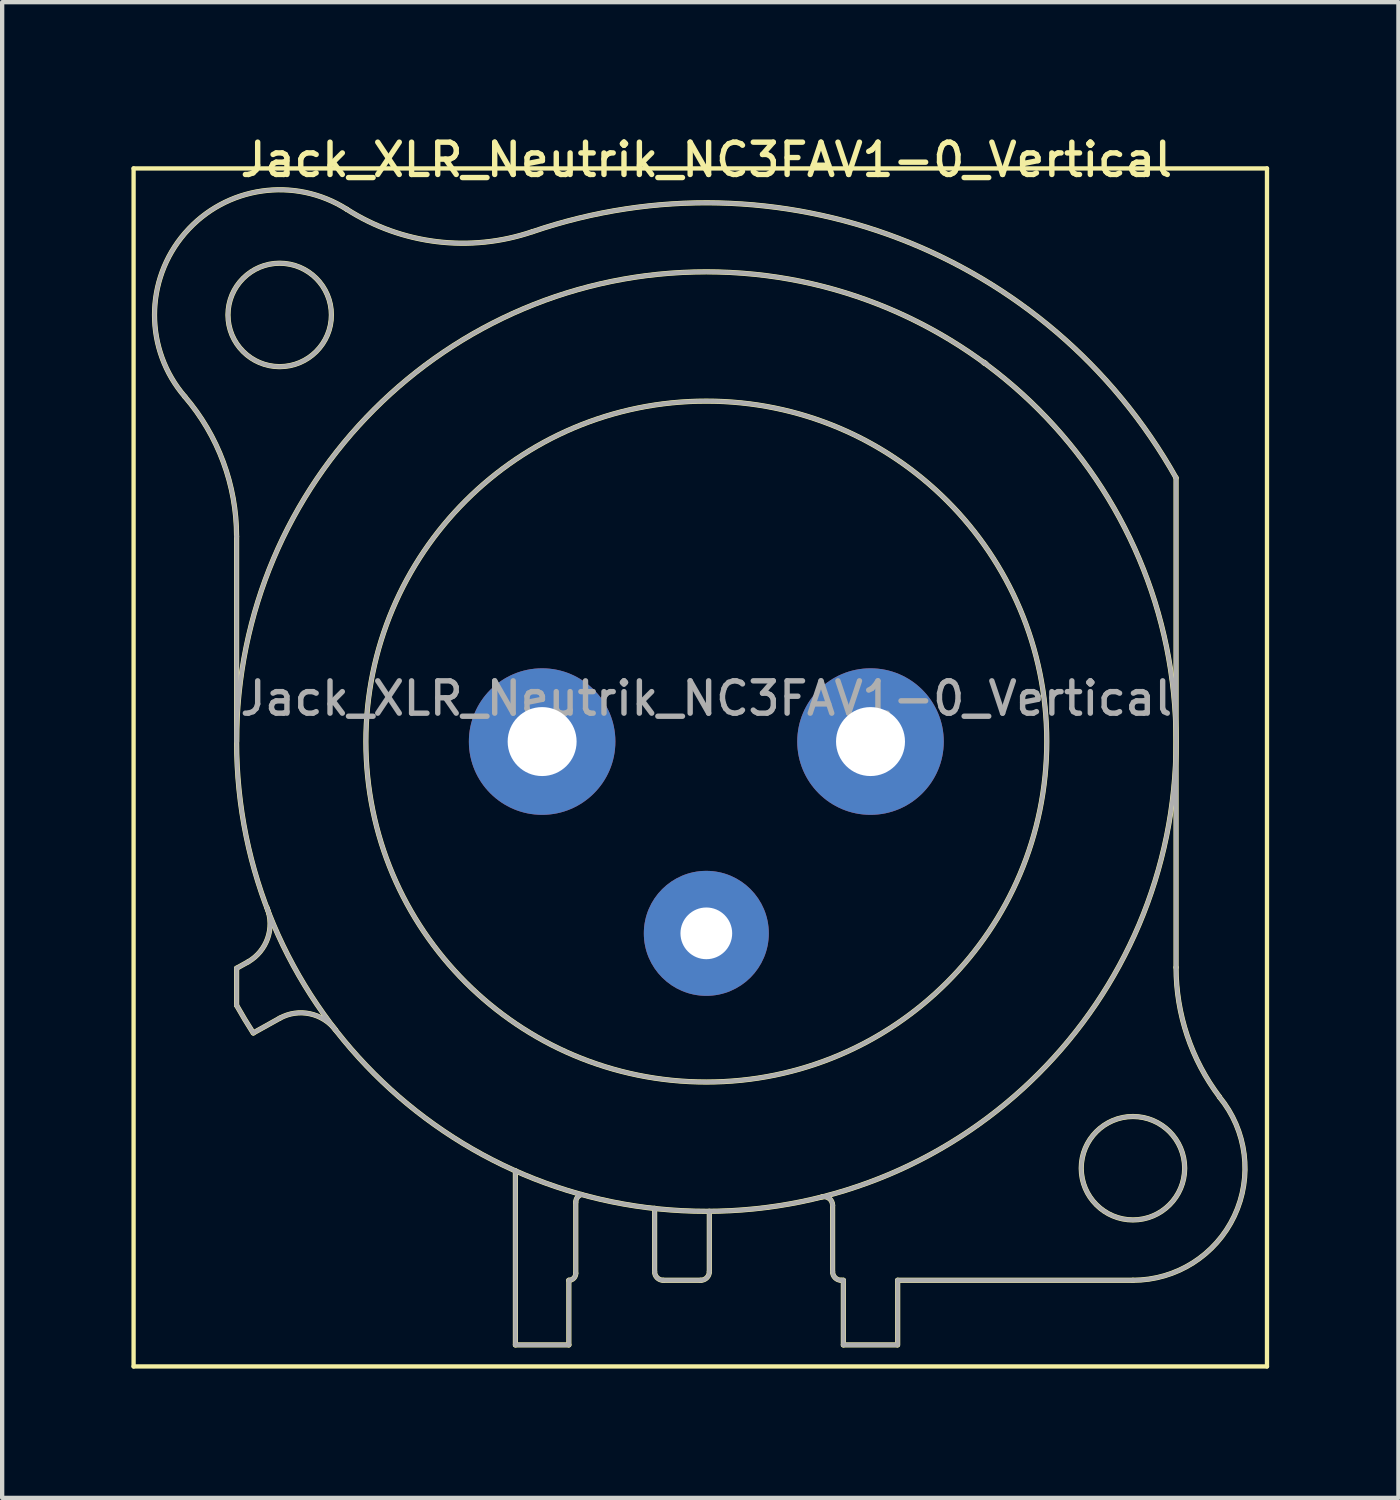
<source format=kicad_pcb>
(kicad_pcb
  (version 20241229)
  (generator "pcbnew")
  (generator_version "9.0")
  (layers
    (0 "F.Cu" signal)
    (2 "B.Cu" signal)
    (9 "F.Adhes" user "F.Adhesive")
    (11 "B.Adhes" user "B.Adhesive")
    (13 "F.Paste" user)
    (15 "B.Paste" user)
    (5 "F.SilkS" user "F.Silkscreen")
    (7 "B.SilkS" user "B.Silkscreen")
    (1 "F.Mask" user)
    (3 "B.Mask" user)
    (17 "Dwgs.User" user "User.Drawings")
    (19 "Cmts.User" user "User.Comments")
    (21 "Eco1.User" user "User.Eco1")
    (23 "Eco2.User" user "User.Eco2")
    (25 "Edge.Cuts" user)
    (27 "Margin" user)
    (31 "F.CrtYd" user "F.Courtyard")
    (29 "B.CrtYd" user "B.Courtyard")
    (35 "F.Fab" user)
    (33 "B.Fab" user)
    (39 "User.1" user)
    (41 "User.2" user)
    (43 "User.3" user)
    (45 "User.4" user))
  (footprint "Jack_XLR_Neutrik_NC3FAV1-0_Vertical"
    (layer "F.Cu")
    (at 17.15 14.158)
    (property "Reference" "Jack_XLR_Neutrik_NC3FAV1-0_Vertical" (at -3.81 -13.5 0) (layer "F.SilkS") (effects (font (size 0.75 0.75) (thickness 0.125))))
    (attr through_hole)
    (fp_line (start -17.1 -13.3) (end 9.2 -13.3) (stroke (width 0.1) (type solid)) (layer "F.SilkS"))
    (fp_line (start -17.1 14.5) (end -17.1 -13.3) (stroke (width 0.1) (type solid)) (layer "F.SilkS"))
    (fp_line (start -14.71 0) (end -14.71 -4.76) (stroke (width 0.12) (type solid)) (layer "F.SilkS"))
    (fp_line (start -14.71 5.26) (end -14.71 6.12) (stroke (width 0.12) (type solid)) (layer "F.SilkS"))
    (fp_line (start -14.44 5.11) (end -14.71 5.26) (stroke (width 0.12) (type solid)) (layer "F.SilkS"))
    (fp_line (start -14.32 6.76) (end -13.71 6.42) (stroke (width 0.12) (type solid)) (layer "F.SilkS"))
    (fp_line (start -8.24 9.96) (end -8.24 14) (stroke (width 0.12) (type solid)) (layer "F.SilkS"))
    (fp_line (start -7 12.5) (end -7 14) (stroke (width 0.12) (type solid)) (layer "F.SilkS"))
    (fp_line (start -7 14) (end -8.24 14) (stroke (width 0.12) (type solid)) (layer "F.SilkS"))
    (fp_line (start -6.84 12.34) (end -6.84 10.69) (stroke (width 0.12) (type solid)) (layer "F.SilkS"))
    (fp_line (start -5.01 10.83) (end -5.01 12.3) (stroke (width 0.12) (type solid)) (layer "F.SilkS"))
    (fp_line (start -3.94 12.5) (end -4.81 12.5) (stroke (width 0.12) (type solid)) (layer "F.SilkS"))
    (fp_line (start -3.74 10.9) (end -3.74 12.3) (stroke (width 0.12) (type solid)) (layer "F.SilkS"))
    (fp_line (start -0.88 12.3) (end -0.88 10.76) (stroke (width 0.12) (type solid)) (layer "F.SilkS"))
    (fp_line (start -0.63 12.5) (end -0.68 12.5) (stroke (width 0.12) (type solid)) (layer "F.SilkS"))
    (fp_line (start -0.63 12.5) (end -0.63 14) (stroke (width 0.12) (type solid)) (layer "F.SilkS"))
    (fp_line (start 0.62 14) (end -0.63 14) (stroke (width 0.12) (type solid)) (layer "F.SilkS"))
    (fp_line (start 0.63 12.5) (end 6.09 12.5) (stroke (width 0.12) (type solid)) (layer "F.SilkS"))
    (fp_line (start 0.63 14) (end 0.63 12.5) (stroke (width 0.12) (type solid)) (layer "F.SilkS"))
    (fp_line (start 7.09 5.24) (end 7.09 -6.12) (stroke (width 0.12) (type solid)) (layer "F.SilkS"))
    (fp_line (start 9.2 -13.3) (end 9.2 14.5) (stroke (width 0.1) (type solid)) (layer "F.SilkS"))
    (fp_line (start 9.2 14.5) (end -17.1 14.5) (stroke (width 0.1) (type solid)) (layer "F.SilkS"))
    (fp_arc (start -15.908829 -8.000856) (mid -15.019313 -6.48774) (end -14.71 -4.76) (stroke (width 0.12) (type solid)) (layer "F.SilkS"))
    (fp_arc (start -15.908236 -8.001617) (mid -15.907486 -11.799251) (end -12.15 -12.35) (stroke (width 0.12) (type solid)) (layer "F.SilkS"))
    (fp_arc (start -14.32314 6.763008) (mid -14.521396 6.444407) (end -14.71 6.12) (stroke (width 0.12) (type solid)) (layer "F.SilkS"))
    (fp_arc (start -14.004283 3.855674) (mid -13.989213 4.56375) (end -14.44 5.11) (stroke (width 0.12) (type solid)) (layer "F.SilkS"))
    (fp_arc (start -13.71 6.42) (mid -13.01025 6.315915) (end -12.412202 6.693832) (stroke (width 0.12) (type solid)) (layer "F.SilkS"))
    (fp_arc (start -7.848035 -11.831177) (mid -10.058192 -11.599923) (end -12.15 -12.35) (stroke (width 0.12) (type solid)) (layer "F.SilkS"))
    (fp_arc (start -7.841153 -11.83276) (mid 0.657009 -11.675197) (end 7.09 -6.12) (stroke (width 0.12) (type solid)) (layer "F.SilkS"))
    (fp_arc (start -6.84 10.69) (mid -6.803713 10.578321) (end -6.708713 10.509299) (stroke (width 0.12) (type solid)) (layer "F.SilkS"))
    (fp_arc (start -6.84 12.34) (mid -6.886863 12.453137) (end -7 12.5) (stroke (width 0.12) (type solid)) (layer "F.SilkS"))
    (fp_arc (start -4.81 12.5) (mid -4.951421 12.441421) (end -5.01 12.3) (stroke (width 0.12) (type solid)) (layer "F.SilkS"))
    (fp_arc (start -3.74 12.3) (mid -3.798579 12.441421) (end -3.94 12.5) (stroke (width 0.12) (type solid)) (layer "F.SilkS"))
    (fp_arc (start -1.1294 10.566197) (mid -0.957281 10.602076) (end -0.88 10.76) (stroke (width 0.12) (type solid)) (layer "F.SilkS"))
    (fp_arc (start -0.68 12.5) (mid -0.821421 12.441421) (end -0.88 12.3) (stroke (width 0.12) (type solid)) (layer "F.SilkS"))
    (fp_arc (start 2.636924 -8.782671) (mid 2.628394 -8.791269) (end 2.62 -8.8) (stroke (width 0.12) (type solid)) (layer "F.SilkS"))
    (fp_arc (start 2.680052 -8.767734) (mid 2.65973 -8.7835) (end 2.64 -8.8) (stroke (width 0.12) (type solid)) (layer "F.SilkS"))
    (fp_arc (start 8.095865 8.245761) (mid 8.441704 11.008824) (end 6.09 12.5) (stroke (width 0.12) (type solid)) (layer "F.SilkS"))
    (fp_arc (start 8.098032 8.243976) (mid 7.348729 6.824298) (end 7.09 5.24) (stroke (width 0.12) (type solid)) (layer "F.SilkS"))
    (fp_circle (center -13.71 -9.9) (end -12.51 -9.9) (stroke (width 0.12) (type solid)) (fill no) (layer "F.SilkS"))
    (fp_circle (center -3.81 0) (end 4.09 0) (stroke (width 0.12) (type solid)) (fill no) (layer "F.SilkS"))
    (fp_circle (center -3.81 0) (end 7.09 0) (stroke (width 0.12) (type solid)) (fill no) (layer "F.SilkS"))
    (fp_circle (center 6.09 9.9) (end 7.29 9.9) (stroke (width 0.12) (type solid)) (fill no) (layer "F.SilkS"))
    (fp_line (start -14.71 0) (end -14.71 -4.76) (stroke (width 0.1) (type solid)) (layer "F.Fab"))
    (fp_line (start -14.71 5.26) (end -14.71 6.12) (stroke (width 0.1) (type solid)) (layer "F.Fab"))
    (fp_line (start -14.44 5.11) (end -14.71 5.26) (stroke (width 0.1) (type solid)) (layer "F.Fab"))
    (fp_line (start -14.32 6.76) (end -13.71 6.42) (stroke (width 0.1) (type solid)) (layer "F.Fab"))
    (fp_line (start -8.24 9.96) (end -8.24 14) (stroke (width 0.1) (type solid)) (layer "F.Fab"))
    (fp_line (start -7 12.5) (end -7 14) (stroke (width 0.1) (type solid)) (layer "F.Fab"))
    (fp_line (start -7 14) (end -8.24 14) (stroke (width 0.1) (type solid)) (layer "F.Fab"))
    (fp_line (start -6.84 12.34) (end -6.84 10.69) (stroke (width 0.1) (type solid)) (layer "F.Fab"))
    (fp_line (start -5.01 10.83) (end -5.01 12.3) (stroke (width 0.1) (type solid)) (layer "F.Fab"))
    (fp_line (start -3.94 12.5) (end -4.81 12.5) (stroke (width 0.1) (type solid)) (layer "F.Fab"))
    (fp_line (start -3.74 10.9) (end -3.74 12.3) (stroke (width 0.1) (type solid)) (layer "F.Fab"))
    (fp_line (start -0.88 12.3) (end -0.88 10.76) (stroke (width 0.1) (type solid)) (layer "F.Fab"))
    (fp_line (start -0.63 12.5) (end -0.68 12.5) (stroke (width 0.1) (type solid)) (layer "F.Fab"))
    (fp_line (start -0.63 12.5) (end -0.63 14) (stroke (width 0.1) (type solid)) (layer "F.Fab"))
    (fp_line (start 0.62 14) (end -0.63 14) (stroke (width 0.1) (type solid)) (layer "F.Fab"))
    (fp_line (start 0.63 12.5) (end 6.09 12.5) (stroke (width 0.1) (type solid)) (layer "F.Fab"))
    (fp_line (start 0.63 14) (end 0.63 12.5) (stroke (width 0.1) (type solid)) (layer "F.Fab"))
    (fp_line (start 7.09 5.24) (end 7.09 -6.12) (stroke (width 0.1) (type solid)) (layer "F.Fab"))
    (fp_arc (start -15.908829 -8.000856) (mid -15.019313 -6.48774) (end -14.71 -4.76) (stroke (width 0.1) (type solid)) (layer "F.Fab"))
    (fp_arc (start -15.908236 -8.001617) (mid -15.907486 -11.799251) (end -12.15 -12.35) (stroke (width 0.1) (type solid)) (layer "F.Fab"))
    (fp_arc (start -14.32314 6.763008) (mid -14.521396 6.444407) (end -14.71 6.12) (stroke (width 0.1) (type solid)) (layer "F.Fab"))
    (fp_arc (start -14.004283 3.855674) (mid -13.989213 4.56375) (end -14.44 5.11) (stroke (width 0.1) (type solid)) (layer "F.Fab"))
    (fp_arc (start -13.71 6.42) (mid -13.01025 6.315915) (end -12.412202 6.693832) (stroke (width 0.1) (type solid)) (layer "F.Fab"))
    (fp_arc (start -7.848035 -11.831177) (mid -10.058192 -11.599923) (end -12.15 -12.35) (stroke (width 0.1) (type solid)) (layer "F.Fab"))
    (fp_arc (start -7.841153 -11.83276) (mid 0.657009 -11.675197) (end 7.09 -6.12) (stroke (width 0.1) (type solid)) (layer "F.Fab"))
    (fp_arc (start -6.84 10.69) (mid -6.803713 10.578321) (end -6.708713 10.509299) (stroke (width 0.1) (type solid)) (layer "F.Fab"))
    (fp_arc (start -6.84 12.34) (mid -6.886863 12.453137) (end -7 12.5) (stroke (width 0.1) (type solid)) (layer "F.Fab"))
    (fp_arc (start -4.81 12.5) (mid -4.951421 12.441421) (end -5.01 12.3) (stroke (width 0.1) (type solid)) (layer "F.Fab"))
    (fp_arc (start -3.74 12.3) (mid -3.798579 12.441421) (end -3.94 12.5) (stroke (width 0.1) (type solid)) (layer "F.Fab"))
    (fp_arc (start -1.1294 10.566197) (mid -0.957281 10.602076) (end -0.88 10.76) (stroke (width 0.1) (type solid)) (layer "F.Fab"))
    (fp_arc (start -0.68 12.5) (mid -0.821421 12.441421) (end -0.88 12.3) (stroke (width 0.1) (type solid)) (layer "F.Fab"))
    (fp_arc (start 2.636924 -8.782671) (mid 2.628394 -8.791269) (end 2.62 -8.8) (stroke (width 0.1) (type solid)) (layer "F.Fab"))
    (fp_arc (start 2.680052 -8.767734) (mid 2.65973 -8.7835) (end 2.64 -8.8) (stroke (width 0.1) (type solid)) (layer "F.Fab"))
    (fp_arc (start 8.095865 8.245761) (mid 8.441704 11.008824) (end 6.09 12.5) (stroke (width 0.1) (type solid)) (layer "F.Fab"))
    (fp_arc (start 8.098032 8.243976) (mid 7.348729 6.824298) (end 7.09 5.24) (stroke (width 0.1) (type solid)) (layer "F.Fab"))
    (fp_circle (center -13.71 -9.9) (end -12.51 -9.9) (stroke (width 0.1) (type solid)) (fill no) (layer "F.Fab"))
    (fp_circle (center -3.81 0) (end 4.09 0) (stroke (width 0.1) (type solid)) (fill no) (layer "F.Fab"))
    (fp_circle (center -3.81 0) (end 7.09 0) (stroke (width 0.1) (type solid)) (fill no) (layer "F.Fab"))
    (fp_circle (center 6.09 9.9) (end 7.29 9.9) (stroke (width 0.1) (type solid)) (fill no) (layer "F.Fab"))
    (fp_text user "${REFERENCE}" (at -3.81 -1 0) (layer "F.Fab") (effects (font (size 0.75 0.75) (thickness 0.125))))
    (pad "1" thru_hole circle (at 0 0) (size 3.4 3.4) (drill 1.6) (layers "*.Cu" "*.Mask"))
    (pad "2" thru_hole circle (at -7.62 0) (size 3.4 3.4) (drill 1.6) (layers "*.Cu" "*.Mask"))
    (pad "3" thru_hole circle (at -3.81 4.45) (size 2.9 2.9) (drill 1.2) (layers "*.Cu" "*.Mask")))
  (gr_rect
    (start -3 -3)
    (end 29.4 31.708)
    (stroke (width 0.1) (type default))
    (fill no)
    (layer "Edge.Cuts")))
</source>
